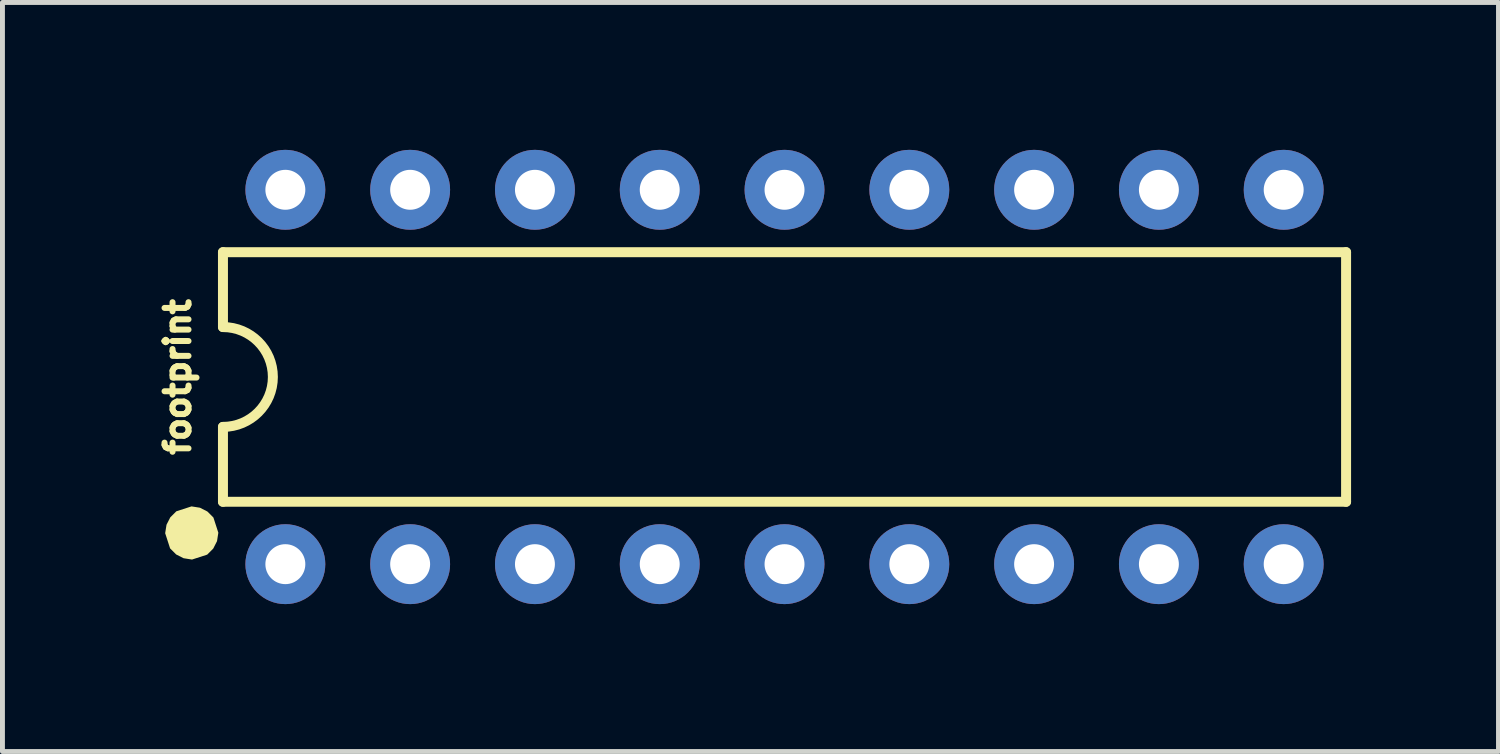
<source format=kicad_pcb>
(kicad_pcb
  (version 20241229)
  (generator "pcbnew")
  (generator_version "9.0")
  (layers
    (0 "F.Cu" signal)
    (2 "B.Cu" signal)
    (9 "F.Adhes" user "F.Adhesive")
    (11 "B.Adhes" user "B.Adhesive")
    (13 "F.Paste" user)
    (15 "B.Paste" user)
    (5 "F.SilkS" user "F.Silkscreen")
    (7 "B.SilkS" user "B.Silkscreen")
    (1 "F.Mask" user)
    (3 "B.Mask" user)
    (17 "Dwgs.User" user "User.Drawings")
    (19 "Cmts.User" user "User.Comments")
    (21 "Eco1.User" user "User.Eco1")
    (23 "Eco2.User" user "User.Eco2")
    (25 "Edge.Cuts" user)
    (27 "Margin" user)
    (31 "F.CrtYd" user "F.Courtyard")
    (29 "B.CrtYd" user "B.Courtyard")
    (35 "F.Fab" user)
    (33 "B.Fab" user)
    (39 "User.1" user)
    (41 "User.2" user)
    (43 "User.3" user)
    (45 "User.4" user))
  (footprint "footprint"
    (layer "F.Cu")
    (at 12.918 4.623)
    (property "Reference" "footprint" (at -12.065 0 90) (layer "F.SilkS") (effects (font (size 0.488 0.488) (thickness 0.122)) (justify bottom)))
    (fp_line (start -11.43 -2.54) (end -11.43 -1.016) (stroke (width 0.203) (type solid)) (layer "F.SilkS"))
    (fp_line (start -11.43 2.54) (end -11.43 1.016) (stroke (width 0.203) (type solid)) (layer "F.SilkS"))
    (fp_line (start -11.43 2.54) (end 11.43 2.54) (stroke (width 0.203) (type solid)) (layer "F.SilkS"))
    (fp_line (start 11.43 -2.54) (end -11.43 -2.54) (stroke (width 0.203) (type solid)) (layer "F.SilkS"))
    (fp_line (start 11.43 -2.54) (end 11.43 2.54) (stroke (width 0.203) (type solid)) (layer "F.SilkS"))
    (fp_arc (start -11.43 -1.016) (mid -10.414 0) (end -11.43 1.016) (stroke (width 0.2032) (type solid)) (layer "F.SilkS"))
    (fp_poly (pts (xy -11.898 2.661) (xy -11.747 2.738) (xy -11.624 2.861) (xy -11.524 3.17) (xy -11.551 3.342) (xy -11.628 3.493) (xy -11.751 3.616) (xy -12.06 3.716) (xy -12.232 3.689) (xy -12.383 3.612) (xy -12.506 3.489) (xy -12.606 3.18) (xy -12.579 3.008) (xy -12.502 2.857) (xy -12.379 2.734) (xy -12.07 2.634)) (stroke (width 0) (type solid)) (fill yes) (layer "F.SilkS"))
    (pad "1" thru_hole circle (at -10.16 3.81 90) (size 1.626 1.626) (drill 0.813) (layers "*.Cu" "*.Mask"))
    (pad "2" thru_hole circle (at -7.62 3.81 90) (size 1.626 1.626) (drill 0.813) (layers "*.Cu" "*.Mask"))
    (pad "3" thru_hole circle (at -5.08 3.81 90) (size 1.626 1.626) (drill 0.813) (layers "*.Cu" "*.Mask"))
    (pad "4" thru_hole circle (at -2.54 3.81 90) (size 1.626 1.626) (drill 0.813) (layers "*.Cu" "*.Mask"))
    (pad "5" thru_hole circle (at 0 3.81 90) (size 1.626 1.626) (drill 0.813) (layers "*.Cu" "*.Mask"))
    (pad "6" thru_hole circle (at 2.54 3.81 90) (size 1.626 1.626) (drill 0.813) (layers "*.Cu" "*.Mask"))
    (pad "7" thru_hole circle (at 5.08 3.81 90) (size 1.626 1.626) (drill 0.813) (layers "*.Cu" "*.Mask"))
    (pad "8" thru_hole circle (at 7.62 3.81 90) (size 1.626 1.626) (drill 0.813) (layers "*.Cu" "*.Mask"))
    (pad "9" thru_hole circle (at 10.16 3.81 90) (size 1.626 1.626) (drill 0.813) (layers "*.Cu" "*.Mask"))
    (pad "10" thru_hole circle (at 10.16 -3.81 90) (size 1.626 1.626) (drill 0.813) (layers "*.Cu" "*.Mask"))
    (pad "11" thru_hole circle (at 7.62 -3.81 90) (size 1.626 1.626) (drill 0.813) (layers "*.Cu" "*.Mask"))
    (pad "12" thru_hole circle (at 5.08 -3.81 90) (size 1.626 1.626) (drill 0.813) (layers "*.Cu" "*.Mask"))
    (pad "13" thru_hole circle (at 2.54 -3.81 90) (size 1.626 1.626) (drill 0.813) (layers "*.Cu" "*.Mask"))
    (pad "14" thru_hole circle (at 0 -3.81 90) (size 1.626 1.626) (drill 0.813) (layers "*.Cu" "*.Mask"))
    (pad "15" thru_hole circle (at -2.54 -3.81 90) (size 1.626 1.626) (drill 0.813) (layers "*.Cu" "*.Mask"))
    (pad "16" thru_hole circle (at -5.08 -3.81 90) (size 1.626 1.626) (drill 0.813) (layers "*.Cu" "*.Mask"))
    (pad "17" thru_hole circle (at -7.62 -3.81 90) (size 1.626 1.626) (drill 0.813) (layers "*.Cu" "*.Mask"))
    (pad "18" thru_hole circle (at -10.16 -3.81 90) (size 1.626 1.626) (drill 0.813) (layers "*.Cu" "*.Mask")))
  (gr_rect
    (start -3 -3)
    (end 27.45 12.246)
    (stroke (width 0.1) (type default))
    (fill no)
    (layer "Edge.Cuts")))
</source>
